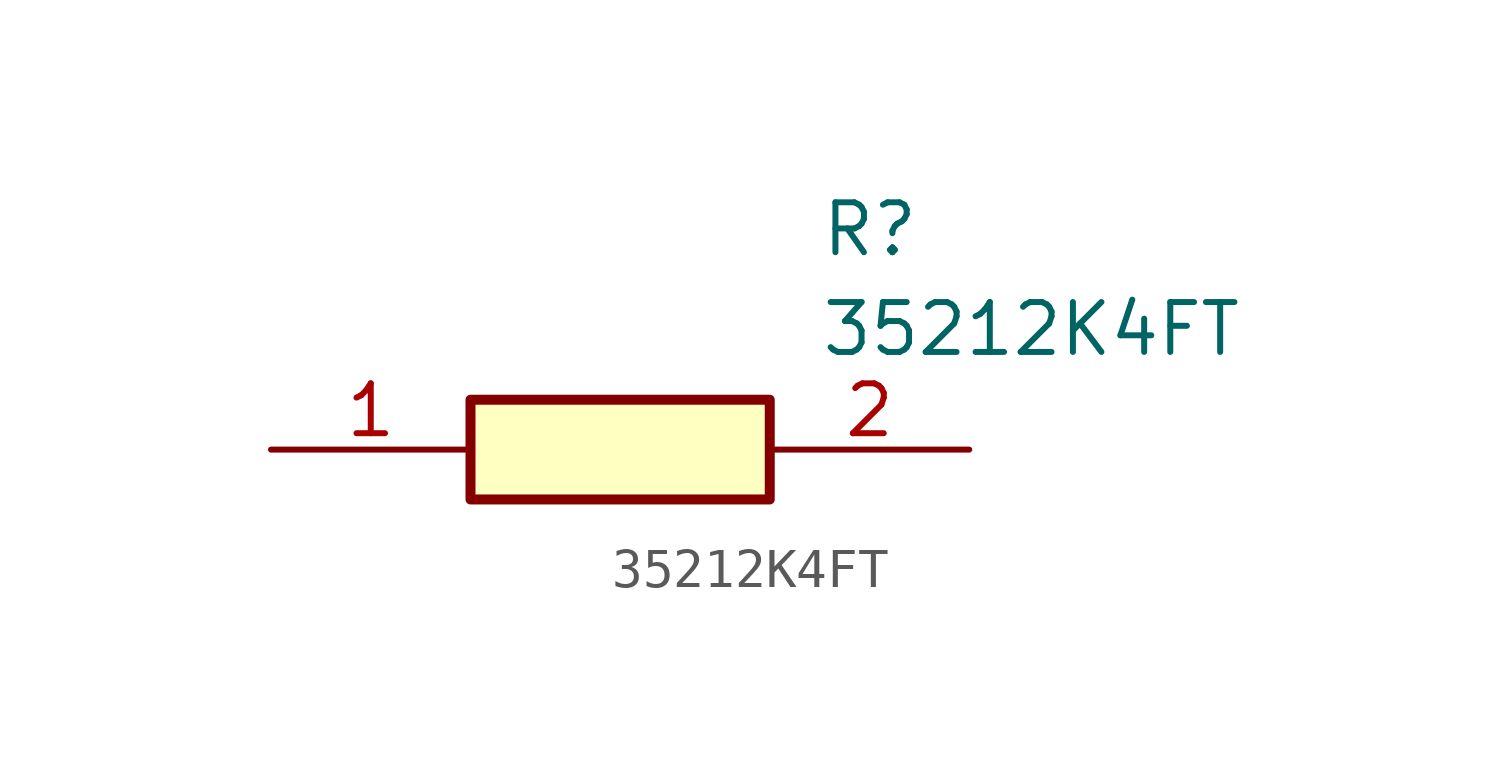
<source format=kicad_sym>
(kicad_symbol_lib
  (version 20211014)
  (generator SamacSys_ECAD_Model)
  (symbol "35212K4FT"
    (pin_names hide)
    (property "Reference" "R"
      (at 13.97 6.35 0)
      (effects (font (size 1.27 1.27)) (justify left top)))
    (property "Value" "35212K4FT"
      (at 13.97 3.81 0)
      (effects (font (size 1.27 1.27)) (justify left top)))
    (rectangle
      (start 5.08 1.27)
      (end 12.7 -1.27)
      (stroke (width 0.254) (type default))
      (fill (type background)))
    (pin passive line
      (at 0 0 0)
      (length 5.08)
      (name "1" (effects (font (size 1.27 1.27))))
      (number "1" (effects (font (size 1.27 1.27)))))
    (pin passive line
      (at 17.78 0 180)
      (length 5.08)
      (name "2" (effects (font (size 1.27 1.27))))
      (number "2" (effects (font (size 1.27 1.27)))))))
</source>
